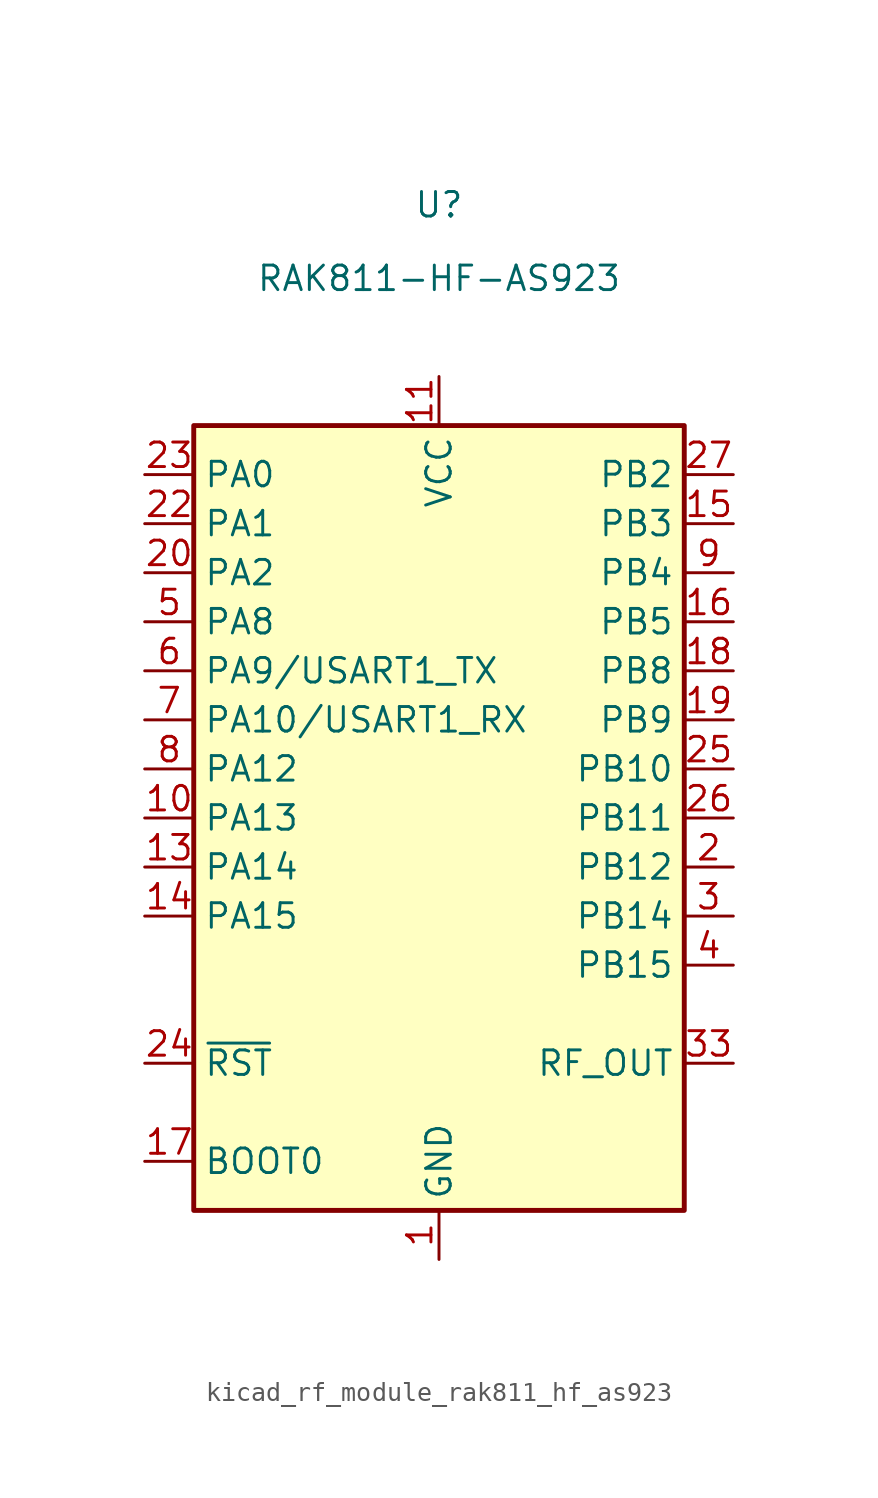
<source format=kicad_sym>
(kicad_symbol_lib
  (version 20220914)
  (generator kicad_symbol_editor)
  (symbol "kicad_rf_module_rak811_hf_as923"
    (property "Reference" "U"
      (at 0 31.75 0)
      (effects (font (size 1.27 1.27))))
    (property "Value" "RAK811-HF-AS923"
      (at 0 27.94 0)
      (effects (font (size 1.27 1.27))))
    (symbol "kicad_rf_module_rak811_hf_as923_0_0"
      (pin power_in line (at 0 -22.86 90) (length 2.54) (name "GND" (effects (font (size 1.27 1.27)))) (number "1" (effects (font (size 1.27 1.27)))))
      (pin bidirectional line (at -15.24 0 0) (length 2.54) (name "PA13" (effects (font (size 1.27 1.27)))) (number "10" (effects (font (size 1.27 1.27)))))
      (pin power_in line (at 0 22.86 270) (length 2.54) (name "VCC" (effects (font (size 1.27 1.27)))) (number "11" (effects (font (size 1.27 1.27)))))
      (pin passive line (at 0 -22.86 90) (length 2.54) hide (name "GND" (effects (font (size 1.27 1.27)))) (number "12" (effects (font (size 1.27 1.27)))))
      (pin bidirectional line (at -15.24 -2.54 0) (length 2.54) (name "PA14" (effects (font (size 1.27 1.27)))) (number "13" (effects (font (size 1.27 1.27)))))
      (pin bidirectional line (at -15.24 -5.08 0) (length 2.54) (name "PA15" (effects (font (size 1.27 1.27)))) (number "14" (effects (font (size 1.27 1.27)))))
      (pin bidirectional line (at 15.24 15.24 180) (length 2.54) (name "PB3" (effects (font (size 1.27 1.27)))) (number "15" (effects (font (size 1.27 1.27)))))
      (pin bidirectional line (at 15.24 10.16 180) (length 2.54) (name "PB5" (effects (font (size 1.27 1.27)))) (number "16" (effects (font (size 1.27 1.27)))))
      (pin input line (at -15.24 -17.78 0) (length 2.54) (name "BOOT0" (effects (font (size 1.27 1.27)))) (number "17" (effects (font (size 1.27 1.27)))))
      (pin bidirectional line (at 15.24 7.62 180) (length 2.54) (name "PB8" (effects (font (size 1.27 1.27)))) (number "18" (effects (font (size 1.27 1.27)))))
      (pin bidirectional line (at 15.24 5.08 180) (length 2.54) (name "PB9" (effects (font (size 1.27 1.27)))) (number "19" (effects (font (size 1.27 1.27)))))
      (pin bidirectional line (at 15.24 -2.54 180) (length 2.54) (name "PB12" (effects (font (size 1.27 1.27)))) (number "2" (effects (font (size 1.27 1.27)))))
      (pin bidirectional line (at -15.24 12.7 0) (length 2.54) (name "PA2" (effects (font (size 1.27 1.27)))) (number "20" (effects (font (size 1.27 1.27)))))
      (pin passive line (at 0 -22.86 90) (length 2.54) hide (name "GND" (effects (font (size 1.27 1.27)))) (number "21" (effects (font (size 1.27 1.27)))))
      (pin bidirectional line (at -15.24 15.24 0) (length 2.54) (name "PA1" (effects (font (size 1.27 1.27)))) (number "22" (effects (font (size 1.27 1.27)))))
      (pin bidirectional line (at -15.24 17.78 0) (length 2.54) (name "PA0" (effects (font (size 1.27 1.27)))) (number "23" (effects (font (size 1.27 1.27)))))
      (pin input line (at -15.24 -12.7 0) (length 2.54) (name "~{RST}" (effects (font (size 1.27 1.27)))) (number "24" (effects (font (size 1.27 1.27)))))
      (pin bidirectional line (at 15.24 2.54 180) (length 2.54) (name "PB10" (effects (font (size 1.27 1.27)))) (number "25" (effects (font (size 1.27 1.27)))))
      (pin bidirectional line (at 15.24 0 180) (length 2.54) (name "PB11" (effects (font (size 1.27 1.27)))) (number "26" (effects (font (size 1.27 1.27)))))
      (pin bidirectional line (at 15.24 17.78 180) (length 2.54) (name "PB2" (effects (font (size 1.27 1.27)))) (number "27" (effects (font (size 1.27 1.27)))))
      (pin passive line (at 0 -22.86 90) (length 2.54) hide (name "GND" (effects (font (size 1.27 1.27)))) (number "28" (effects (font (size 1.27 1.27)))))
      (pin passive line (at 0 -22.86 90) (length 2.54) hide (name "GND" (effects (font (size 1.27 1.27)))) (number "29" (effects (font (size 1.27 1.27)))))
      (pin bidirectional line (at 15.24 -5.08 180) (length 2.54) (name "PB14" (effects (font (size 1.27 1.27)))) (number "3" (effects (font (size 1.27 1.27)))))
      (pin passive line (at 0 -22.86 90) (length 2.54) hide (name "GND" (effects (font (size 1.27 1.27)))) (number "30" (effects (font (size 1.27 1.27)))))
      (pin passive line (at 0 -22.86 90) (length 2.54) hide (name "GND" (effects (font (size 1.27 1.27)))) (number "31" (effects (font (size 1.27 1.27)))))
      (pin passive line (at 0 -22.86 90) (length 2.54) hide (name "GND" (effects (font (size 1.27 1.27)))) (number "32" (effects (font (size 1.27 1.27)))))
      (pin passive line (at 15.24 -12.7 180) (length 2.54) (name "RF_OUT" (effects (font (size 1.27 1.27)))) (number "33" (effects (font (size 1.27 1.27)))))
      (pin passive line (at 0 -22.86 90) (length 2.54) hide (name "GND" (effects (font (size 1.27 1.27)))) (number "34" (effects (font (size 1.27 1.27)))))
      (pin bidirectional line (at 15.24 -7.62 180) (length 2.54) (name "PB15" (effects (font (size 1.27 1.27)))) (number "4" (effects (font (size 1.27 1.27)))))
      (pin bidirectional line (at -15.24 10.16 0) (length 2.54) (name "PA8" (effects (font (size 1.27 1.27)))) (number "5" (effects (font (size 1.27 1.27)))))
      (pin bidirectional line (at -15.24 7.62 0) (length 2.54) (name "PA9/USART1_TX" (effects (font (size 1.27 1.27)))) (number "6" (effects (font (size 1.27 1.27)))))
      (pin bidirectional line (at -15.24 5.08 0) (length 2.54) (name "PA10/USART1_RX" (effects (font (size 1.27 1.27)))) (number "7" (effects (font (size 1.27 1.27)))))
      (pin bidirectional line (at -15.24 2.54 0) (length 2.54) (name "PA12" (effects (font (size 1.27 1.27)))) (number "8" (effects (font (size 1.27 1.27)))))
      (pin bidirectional line (at 15.24 12.7 180) (length 2.54) (name "PB4" (effects (font (size 1.27 1.27)))) (number "9" (effects (font (size 1.27 1.27))))))
    (symbol "kicad_rf_module_rak811_hf_as923_0_1"
      (rectangle (start 12.7 -20.32) (end -12.7 20.32) (stroke (width 0.254) (type default)) (fill (type background))))))
</source>
